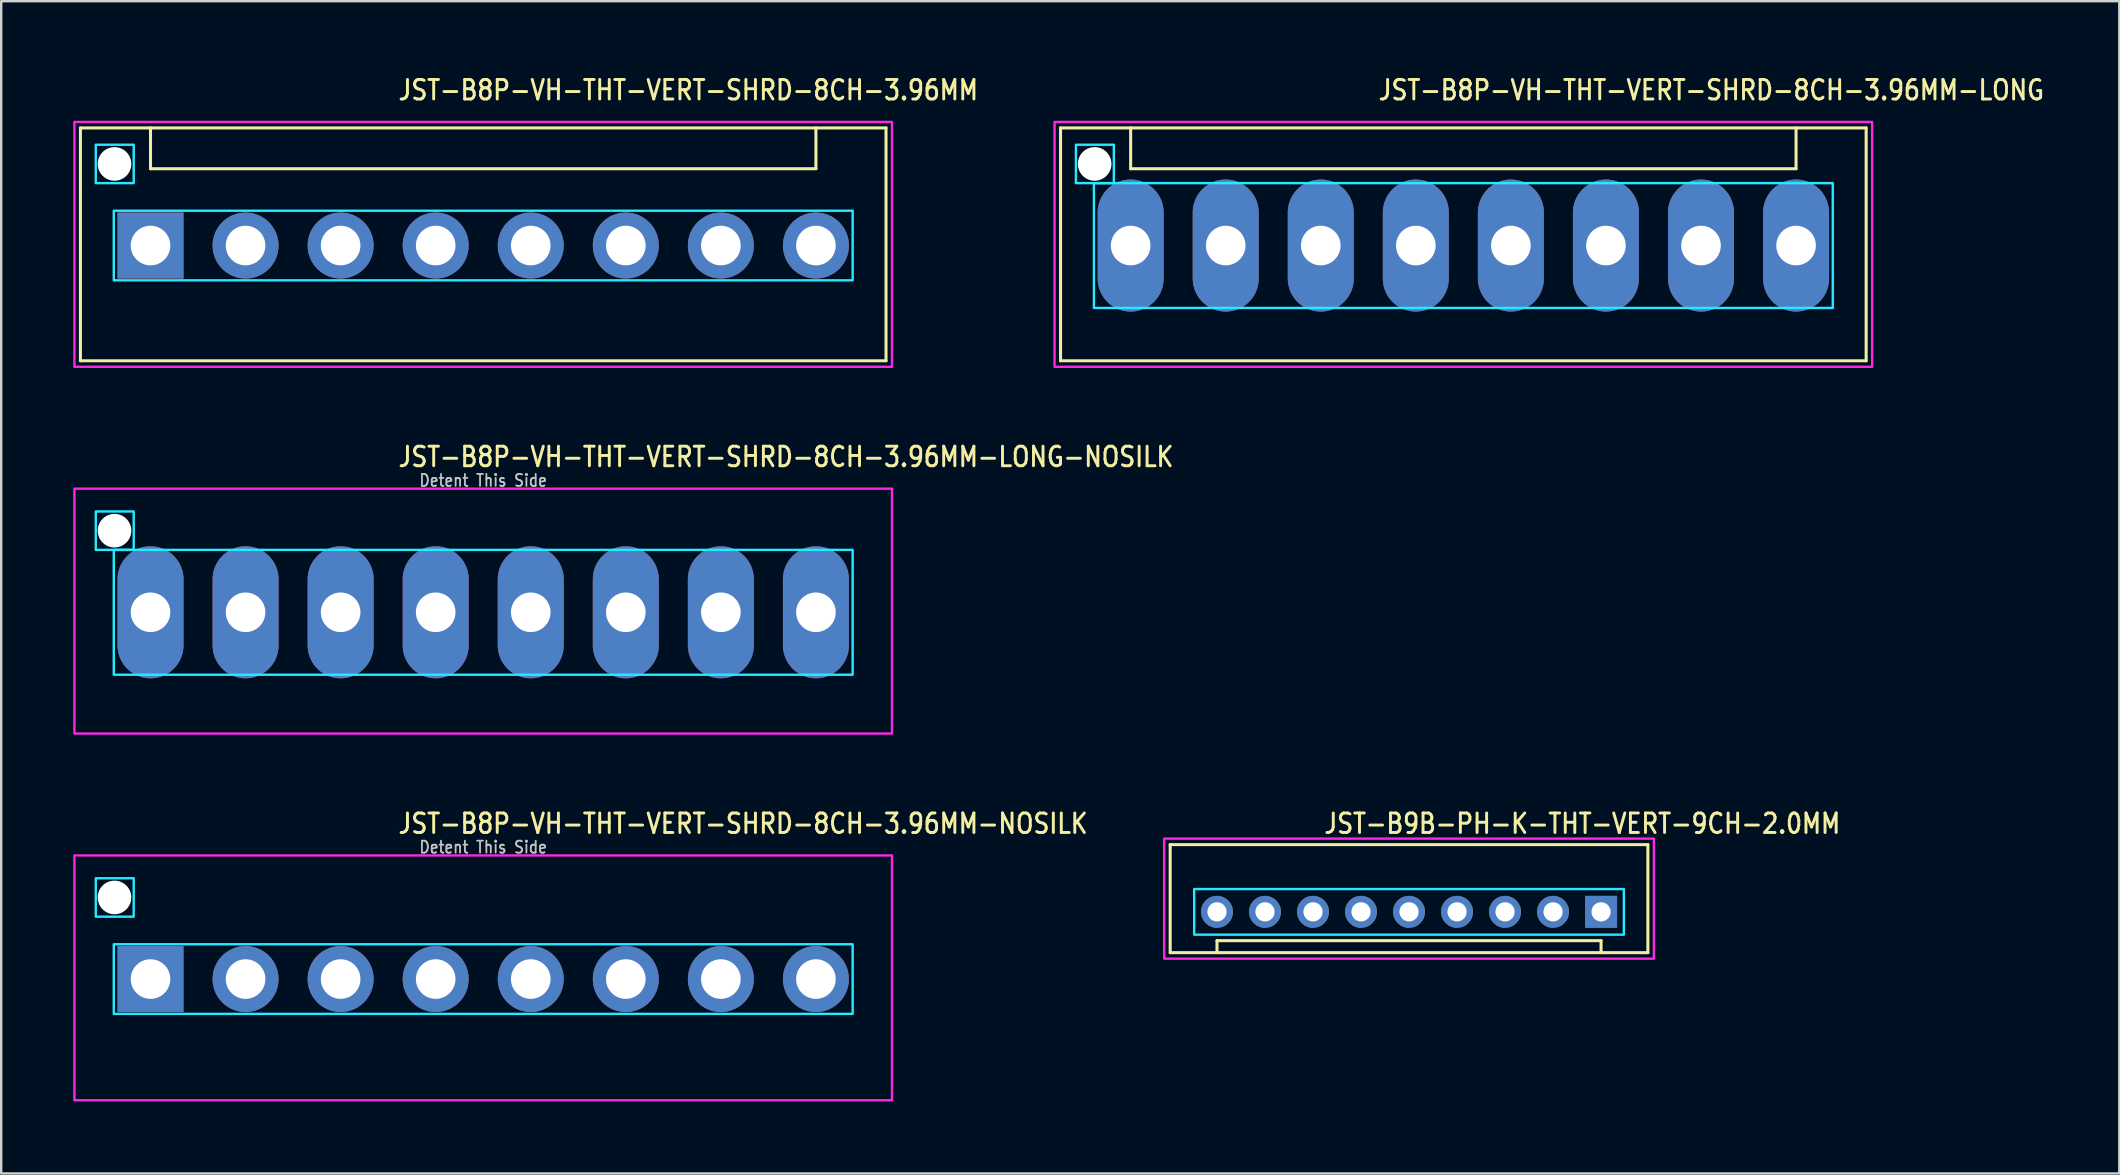
<source format=kicad_pcb>
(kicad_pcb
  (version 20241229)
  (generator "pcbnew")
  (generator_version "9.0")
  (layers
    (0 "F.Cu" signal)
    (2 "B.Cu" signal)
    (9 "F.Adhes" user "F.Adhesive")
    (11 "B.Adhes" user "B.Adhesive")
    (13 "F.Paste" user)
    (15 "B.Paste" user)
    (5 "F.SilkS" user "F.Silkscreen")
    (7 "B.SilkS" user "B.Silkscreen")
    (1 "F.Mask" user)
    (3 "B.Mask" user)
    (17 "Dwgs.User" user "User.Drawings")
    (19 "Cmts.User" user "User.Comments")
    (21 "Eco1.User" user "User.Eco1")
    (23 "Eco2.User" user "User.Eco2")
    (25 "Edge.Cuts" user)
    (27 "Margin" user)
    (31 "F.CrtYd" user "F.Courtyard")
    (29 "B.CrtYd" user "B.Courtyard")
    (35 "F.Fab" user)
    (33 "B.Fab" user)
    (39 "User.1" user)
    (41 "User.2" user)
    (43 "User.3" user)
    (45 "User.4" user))
  (footprint "JST-B8P-VH-THT-VERT-SHRD-8CH-3.96MM-NOSILK"
    (layer "F.Cu")
    (at 17.08 37.736)
    (property "Reference" "JST-B8P-VH-THT-VERT-SHRD-8CH-3.96MM-NOSILK" (at -3.6 -6 0) (unlocked yes) (layer "F.SilkS") (effects (font (size 0.813 0.695) (thickness 0.122)) (justify left bottom)))
    (fp_poly (pts (xy -15.39 -1.45) (xy -15.39 1.45) (xy 15.39 1.45) (xy 15.39 -1.45)) (stroke (width 0.1) (type solid)) (fill no) (layer "B.CrtYd"))
    (fp_poly (pts (xy -14.56 -4.2) (xy -14.56 -2.6) (xy -16.14 -2.6) (xy -16.14 -4.2)) (stroke (width 0.1) (type solid)) (fill no) (layer "B.CrtYd"))
    (fp_poly (pts (xy -17.03 -5.15) (xy -17.03 5.05) (xy 17.03 5.05) (xy 17.03 -5.15)) (stroke (width 0.1) (type solid)) (fill no) (layer "F.CrtYd"))
    (fp_text user "Detent This Side" (at 0 -5.2 0) (unlocked yes) (layer "Dwgs.User") (effects (font (size 0.5 0.427) (thickness 0.075)) (justify bottom)))
    (pad "" np_thru_hole circle (at -15.36 -3.4) (size 1.4 1.4) (drill 1.4) (layers "*.Cu" "*.Mask"))
    (pad "1" thru_hole rect (at -13.86 0) (size 2.75 2.75) (drill 1.65) (layers "*.Cu" "*.Mask"))
    (pad "2" thru_hole oval (at -9.9 0) (size 2.75 2.75) (drill 1.65) (layers "*.Cu" "*.Mask"))
    (pad "3" thru_hole oval (at -5.94 0) (size 2.75 2.75) (drill 1.65) (layers "*.Cu" "*.Mask"))
    (pad "4" thru_hole oval (at -1.98 0) (size 2.75 2.75) (drill 1.65) (layers "*.Cu" "*.Mask"))
    (pad "5" thru_hole oval (at 1.98 0) (size 2.75 2.75) (drill 1.65) (layers "*.Cu" "*.Mask"))
    (pad "6" thru_hole oval (at 5.94 0) (size 2.75 2.75) (drill 1.65) (layers "*.Cu" "*.Mask"))
    (pad "7" thru_hole oval (at 9.9 0) (size 2.75 2.75) (drill 1.65) (layers "*.Cu" "*.Mask"))
    (pad "8" thru_hole oval (at 13.86 0) (size 2.75 2.75) (drill 1.65) (layers "*.Cu" "*.Mask")))
  (footprint "JST-B8P-VH-THT-VERT-SHRD-8CH-3.96MM-LONG"
    (layer "F.Cu")
    (at 57.911 7.179)
    (property "Reference" "JST-B8P-VH-THT-VERT-SHRD-8CH-3.96MM-LONG" (at -3.6 -6 0) (unlocked yes) (layer "F.SilkS") (effects (font (size 0.813 0.695) (thickness 0.122)) (justify left bottom)))
    (fp_line (start -16.78 -4.9) (end 16.78 -4.9) (stroke (width 0.127) (type solid)) (layer "F.SilkS"))
    (fp_line (start -16.78 4.8) (end -16.78 -4.9) (stroke (width 0.127) (type solid)) (layer "F.SilkS"))
    (fp_line (start -16.78 4.8) (end 16.78 4.8) (stroke (width 0.127) (type solid)) (layer "F.SilkS"))
    (fp_line (start -13.86 -4.9) (end -13.86 -3.2) (stroke (width 0.127) (type solid)) (layer "F.SilkS"))
    (fp_line (start -13.86 -3.2) (end 13.86 -3.2) (stroke (width 0.127) (type solid)) (layer "F.SilkS"))
    (fp_line (start 13.86 -4.9) (end 13.86 -3.2) (stroke (width 0.127) (type solid)) (layer "F.SilkS"))
    (fp_line (start 16.78 -4.9) (end 16.78 4.8) (stroke (width 0.127) (type solid)) (layer "F.SilkS"))
    (fp_poly (pts (xy -15.39 -2.6) (xy -15.39 2.6) (xy 15.39 2.6) (xy 15.39 -2.6)) (stroke (width 0.1) (type solid)) (fill no) (layer "B.CrtYd"))
    (fp_poly (pts (xy -14.56 -4.2) (xy -14.56 -2.6) (xy -16.14 -2.6) (xy -16.14 -4.2)) (stroke (width 0.1) (type solid)) (fill no) (layer "B.CrtYd"))
    (fp_poly (pts (xy -17.03 -5.15) (xy -17.03 5.05) (xy 17.03 5.05) (xy 17.03 -5.15)) (stroke (width 0.1) (type solid)) (fill no) (layer "F.CrtYd"))
    (pad "" np_thru_hole circle (at -15.36 -3.4) (size 1.4 1.4) (drill 1.4) (layers "*.Cu" "*.Mask"))
    (pad "1" thru_hole oval (at -13.86 0 90) (size 5.5 2.75) (drill 1.65) (layers "*.Cu" "*.Mask"))
    (pad "2" thru_hole oval (at -9.9 0 90) (size 5.5 2.75) (drill 1.65) (layers "*.Cu" "*.Mask"))
    (pad "3" thru_hole oval (at -5.94 0 90) (size 5.5 2.75) (drill 1.65) (layers "*.Cu" "*.Mask"))
    (pad "4" thru_hole oval (at -1.98 0 90) (size 5.5 2.75) (drill 1.65) (layers "*.Cu" "*.Mask"))
    (pad "5" thru_hole oval (at 1.98 0 90) (size 5.5 2.75) (drill 1.65) (layers "*.Cu" "*.Mask"))
    (pad "6" thru_hole oval (at 5.94 0 90) (size 5.5 2.75) (drill 1.65) (layers "*.Cu" "*.Mask"))
    (pad "7" thru_hole oval (at 9.9 0 90) (size 5.5 2.75) (drill 1.65) (layers "*.Cu" "*.Mask"))
    (pad "8" thru_hole oval (at 13.86 0 90) (size 5.5 2.75) (drill 1.65) (layers "*.Cu" "*.Mask")))
  (footprint "JST-B8P-VH-THT-VERT-SHRD-8CH-3.96MM-LONG-NOSILK"
    (layer "F.Cu")
    (at 17.08 22.457)
    (property "Reference" "JST-B8P-VH-THT-VERT-SHRD-8CH-3.96MM-LONG-NOSILK" (at -3.6 -6 0) (unlocked yes) (layer "F.SilkS") (effects (font (size 0.813 0.695) (thickness 0.122)) (justify left bottom)))
    (fp_poly (pts (xy -15.39 -2.6) (xy -15.39 2.6) (xy 15.39 2.6) (xy 15.39 -2.6)) (stroke (width 0.1) (type solid)) (fill no) (layer "B.CrtYd"))
    (fp_poly (pts (xy -14.56 -4.2) (xy -14.56 -2.6) (xy -16.14 -2.6) (xy -16.14 -4.2)) (stroke (width 0.1) (type solid)) (fill no) (layer "B.CrtYd"))
    (fp_poly (pts (xy -17.03 -5.15) (xy -17.03 5.05) (xy 17.03 5.05) (xy 17.03 -5.15)) (stroke (width 0.1) (type solid)) (fill no) (layer "F.CrtYd"))
    (fp_text user "Detent This Side" (at 0 -5.2 0) (unlocked yes) (layer "Dwgs.User") (effects (font (size 0.5 0.427) (thickness 0.075)) (justify bottom)))
    (pad "" np_thru_hole circle (at -15.36 -3.4) (size 1.4 1.4) (drill 1.4) (layers "*.Cu" "*.Mask"))
    (pad "1" thru_hole oval (at -13.86 0 90) (size 5.5 2.75) (drill 1.65) (layers "*.Cu" "*.Mask"))
    (pad "2" thru_hole oval (at -9.9 0 90) (size 5.5 2.75) (drill 1.65) (layers "*.Cu" "*.Mask"))
    (pad "3" thru_hole oval (at -5.94 0 90) (size 5.5 2.75) (drill 1.65) (layers "*.Cu" "*.Mask"))
    (pad "4" thru_hole oval (at -1.98 0 90) (size 5.5 2.75) (drill 1.65) (layers "*.Cu" "*.Mask"))
    (pad "5" thru_hole oval (at 1.98 0 90) (size 5.5 2.75) (drill 1.65) (layers "*.Cu" "*.Mask"))
    (pad "6" thru_hole oval (at 5.94 0 90) (size 5.5 2.75) (drill 1.65) (layers "*.Cu" "*.Mask"))
    (pad "7" thru_hole oval (at 9.9 0 90) (size 5.5 2.75) (drill 1.65) (layers "*.Cu" "*.Mask"))
    (pad "8" thru_hole oval (at 13.86 0 90) (size 5.5 2.75) (drill 1.65) (layers "*.Cu" "*.Mask")))
  (footprint "JST-B9B-PH-K-THT-VERT-9CH-2.0MM"
    (layer "F.Cu")
    (at 55.648 34.936)
    (property "Reference" "JST-B9B-PH-K-THT-VERT-9CH-2.0MM" (at -3.6 -3.2 0) (unlocked yes) (layer "F.SilkS") (effects (font (size 0.813 0.695) (thickness 0.122)) (justify left bottom)))
    (fp_line (start -9.95 -2.8) (end -9.95 1.7) (stroke (width 0.127) (type solid)) (layer "F.SilkS"))
    (fp_line (start -9.95 -2.8) (end 9.95 -2.8) (stroke (width 0.127) (type solid)) (layer "F.SilkS"))
    (fp_line (start -9.95 1.7) (end 9.95 1.7) (stroke (width 0.127) (type solid)) (layer "F.SilkS"))
    (fp_line (start -8 1.7) (end -8 1.2) (stroke (width 0.127) (type solid)) (layer "F.SilkS"))
    (fp_line (start 8 1.2) (end -8 1.2) (stroke (width 0.127) (type solid)) (layer "F.SilkS"))
    (fp_line (start 8 1.7) (end 8 1.2) (stroke (width 0.127) (type solid)) (layer "F.SilkS"))
    (fp_line (start 9.95 1.7) (end 9.95 -2.8) (stroke (width 0.127) (type solid)) (layer "F.SilkS"))
    (fp_poly (pts (xy -8.95 -0.95) (xy -8.95 0.95) (xy 8.95 0.95) (xy 8.95 -0.95)) (stroke (width 0.1) (type solid)) (fill no) (layer "B.CrtYd"))
    (fp_poly (pts (xy -10.2 1.95) (xy -10.2 -3.05) (xy 10.2 -3.05) (xy 10.2 1.95)) (stroke (width 0.1) (type solid)) (fill no) (layer "F.CrtYd"))
    (pad "1" thru_hole rect (at 8 0) (size 1.333 1.333) (drill 0.8) (layers "*.Cu" "*.Mask"))
    (pad "2" thru_hole oval (at 6 0) (size 1.333 1.333) (drill 0.8) (layers "*.Cu" "*.Mask"))
    (pad "3" thru_hole oval (at 4 0) (size 1.333 1.333) (drill 0.8) (layers "*.Cu" "*.Mask"))
    (pad "4" thru_hole oval (at 2 0) (size 1.333 1.333) (drill 0.8) (layers "*.Cu" "*.Mask"))
    (pad "5" thru_hole oval (at 0 0) (size 1.333 1.333) (drill 0.8) (layers "*.Cu" "*.Mask"))
    (pad "6" thru_hole oval (at -2 0) (size 1.333 1.333) (drill 0.8) (layers "*.Cu" "*.Mask"))
    (pad "7" thru_hole oval (at -4 0) (size 1.333 1.333) (drill 0.8) (layers "*.Cu" "*.Mask"))
    (pad "8" thru_hole oval (at -6 0) (size 1.333 1.333) (drill 0.8) (layers "*.Cu" "*.Mask"))
    (pad "9" thru_hole oval (at -8 0) (size 1.333 1.333) (drill 0.8) (layers "*.Cu" "*.Mask")))
  (footprint "JST-B8P-VH-THT-VERT-SHRD-8CH-3.96MM"
    (layer "F.Cu")
    (at 17.08 7.179)
    (property "Reference" "JST-B8P-VH-THT-VERT-SHRD-8CH-3.96MM" (at -3.6 -6 0) (unlocked yes) (layer "F.SilkS") (effects (font (size 0.813 0.695) (thickness 0.122)) (justify left bottom)))
    (fp_line (start -16.78 -4.9) (end 16.78 -4.9) (stroke (width 0.127) (type solid)) (layer "F.SilkS"))
    (fp_line (start -16.78 4.8) (end -16.78 -4.9) (stroke (width 0.127) (type solid)) (layer "F.SilkS"))
    (fp_line (start -16.78 4.8) (end 16.78 4.8) (stroke (width 0.127) (type solid)) (layer "F.SilkS"))
    (fp_line (start -13.86 -4.9) (end -13.86 -3.2) (stroke (width 0.127) (type solid)) (layer "F.SilkS"))
    (fp_line (start -13.86 -3.2) (end 13.86 -3.2) (stroke (width 0.127) (type solid)) (layer "F.SilkS"))
    (fp_line (start 13.86 -4.9) (end 13.86 -3.2) (stroke (width 0.127) (type solid)) (layer "F.SilkS"))
    (fp_line (start 16.78 -4.9) (end 16.78 4.8) (stroke (width 0.127) (type solid)) (layer "F.SilkS"))
    (fp_poly (pts (xy -15.39 -1.45) (xy -15.39 1.45) (xy 15.39 1.45) (xy 15.39 -1.45)) (stroke (width 0.1) (type solid)) (fill no) (layer "B.CrtYd"))
    (fp_poly (pts (xy -14.56 -4.2) (xy -14.56 -2.6) (xy -16.14 -2.6) (xy -16.14 -4.2)) (stroke (width 0.1) (type solid)) (fill no) (layer "B.CrtYd"))
    (fp_poly (pts (xy -17.03 -5.15) (xy -17.03 5.05) (xy 17.03 5.05) (xy 17.03 -5.15)) (stroke (width 0.1) (type solid)) (fill no) (layer "F.CrtYd"))
    (pad "" np_thru_hole circle (at -15.36 -3.4) (size 1.4 1.4) (drill 1.4) (layers "*.Cu" "*.Mask"))
    (pad "1" thru_hole rect (at -13.86 0) (size 2.75 2.75) (drill 1.65) (layers "*.Cu" "*.Mask"))
    (pad "2" thru_hole oval (at -9.9 0) (size 2.75 2.75) (drill 1.65) (layers "*.Cu" "*.Mask"))
    (pad "3" thru_hole oval (at -5.94 0) (size 2.75 2.75) (drill 1.65) (layers "*.Cu" "*.Mask"))
    (pad "4" thru_hole oval (at -1.98 0) (size 2.75 2.75) (drill 1.65) (layers "*.Cu" "*.Mask"))
    (pad "5" thru_hole oval (at 1.98 0) (size 2.75 2.75) (drill 1.65) (layers "*.Cu" "*.Mask"))
    (pad "6" thru_hole oval (at 5.94 0) (size 2.75 2.75) (drill 1.65) (layers "*.Cu" "*.Mask"))
    (pad "7" thru_hole oval (at 9.9 0) (size 2.75 2.75) (drill 1.65) (layers "*.Cu" "*.Mask"))
    (pad "8" thru_hole oval (at 13.86 0) (size 2.75 2.75) (drill 1.65) (layers "*.Cu" "*.Mask")))
  (gr_rect
    (start -3 -3)
    (end 85.237 45.836)
    (stroke (width 0.1) (type default))
    (fill no)
    (layer "Edge.Cuts")))
</source>
